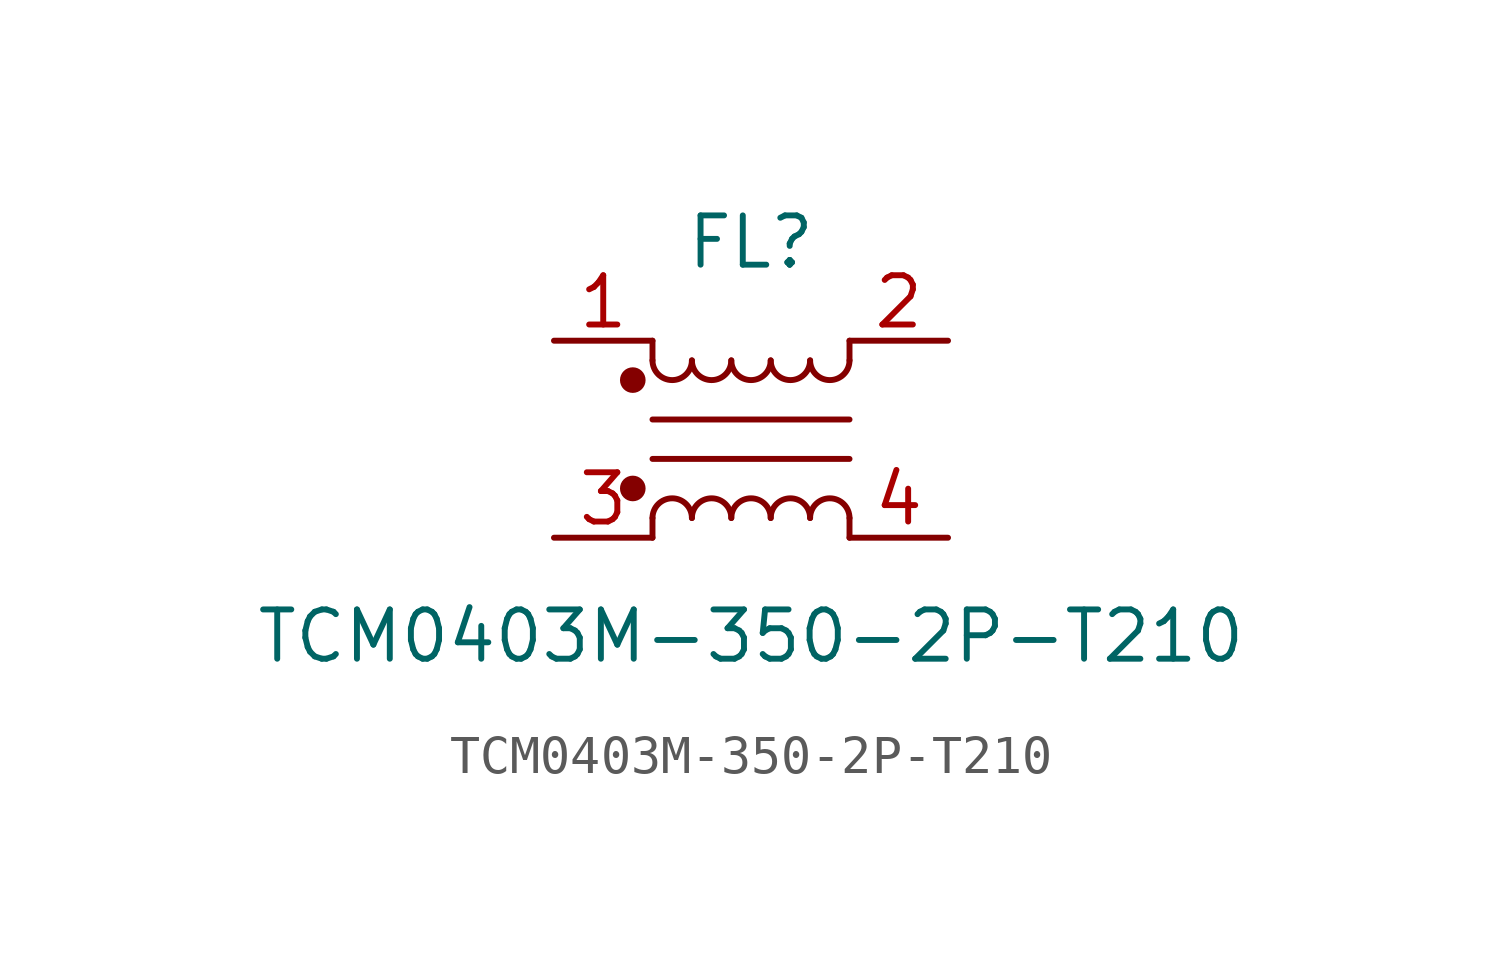
<source format=kicad_sym>
(kicad_symbol_lib
  (version 20220914)
  (generator kicad_symbol_editor)
  (symbol "TCM0403M-350-2P-T210"
    (pin_names hide)
    (property "Reference" "FL"
      (at 0 5.08 0)
      (effects (font (size 1.27 1.27))))
    (property "Value" "TCM0403M-350-2P-T210"
      (at 0 -5.08 0)
      (effects (font (size 1.27 1.27))))
    (symbol "TCM0403M-350-2P-T210_1_1"
      (circle (center -3.048 -1.27) (radius 0.254) (stroke (width 0) (type default)) (fill (type outline)))
      (circle (center -3.048 1.524) (radius 0.254) (stroke (width 0) (type default)) (fill (type outline)))
      (arc (start -2.54 2.032) (mid -2.032 1.5262) (end -1.524 2.032) (stroke (width 0) (type default)) (fill (type none)))
      (arc (start -1.524 -2.032) (mid -2.032 -1.5262) (end -2.54 -2.032) (stroke (width 0) (type default)) (fill (type none)))
      (arc (start -1.524 2.032) (mid -1.016 1.5262) (end -0.508 2.032) (stroke (width 0) (type default)) (fill (type none)))
      (arc (start -0.508 -2.032) (mid -1.016 -1.5262) (end -1.524 -2.032) (stroke (width 0) (type default)) (fill (type none)))
      (arc (start -0.508 2.032) (mid 0 1.5262) (end 0.508 2.032) (stroke (width 0) (type default)) (fill (type none)))
      (polyline (pts (xy -2.54 -2.032) (xy -2.54 -2.54)) (stroke (width 0) (type default)) (fill (type none)))
      (polyline (pts (xy -2.54 0.508) (xy 2.54 0.508)) (stroke (width 0) (type default)) (fill (type none)))
      (polyline (pts (xy -2.54 2.032) (xy -2.54 2.54)) (stroke (width 0) (type default)) (fill (type none)))
      (polyline (pts (xy 2.54 -2.032) (xy 2.54 -2.54)) (stroke (width 0) (type default)) (fill (type none)))
      (polyline (pts (xy 2.54 -0.508) (xy -2.54 -0.508)) (stroke (width 0) (type default)) (fill (type none)))
      (polyline (pts (xy 2.54 2.54) (xy 2.54 2.032)) (stroke (width 0) (type default)) (fill (type none)))
      (arc (start 0.508 -2.032) (mid 0 -1.5262) (end -0.508 -2.032) (stroke (width 0) (type default)) (fill (type none)))
      (arc (start 0.508 2.032) (mid 1.016 1.5262) (end 1.524 2.032) (stroke (width 0) (type default)) (fill (type none)))
      (arc (start 1.524 -2.032) (mid 1.016 -1.5262) (end 0.508 -2.032) (stroke (width 0) (type default)) (fill (type none)))
      (arc (start 1.524 2.032) (mid 2.032 1.5262) (end 2.54 2.032) (stroke (width 0) (type default)) (fill (type none)))
      (arc (start 2.54 -2.032) (mid 2.032 -1.5262) (end 1.524 -2.032) (stroke (width 0) (type default)) (fill (type none)))
      (pin passive line (at -5.08 2.54 0) (length 2.54) (name "1" (effects (font (size 1.27 1.27)))) (number "1" (effects (font (size 1.27 1.27)))))
      (pin passive line (at 5.08 2.54 180) (length 2.54) (name "2" (effects (font (size 1.27 1.27)))) (number "2" (effects (font (size 1.27 1.27)))))
      (pin passive line (at -5.08 -2.54 0) (length 2.54) (name "3" (effects (font (size 1.27 1.27)))) (number "3" (effects (font (size 1.27 1.27)))))
      (pin passive line (at 5.08 -2.54 180) (length 2.54) (name "4" (effects (font (size 1.27 1.27)))) (number "4" (effects (font (size 1.27 1.27))))))))
</source>
